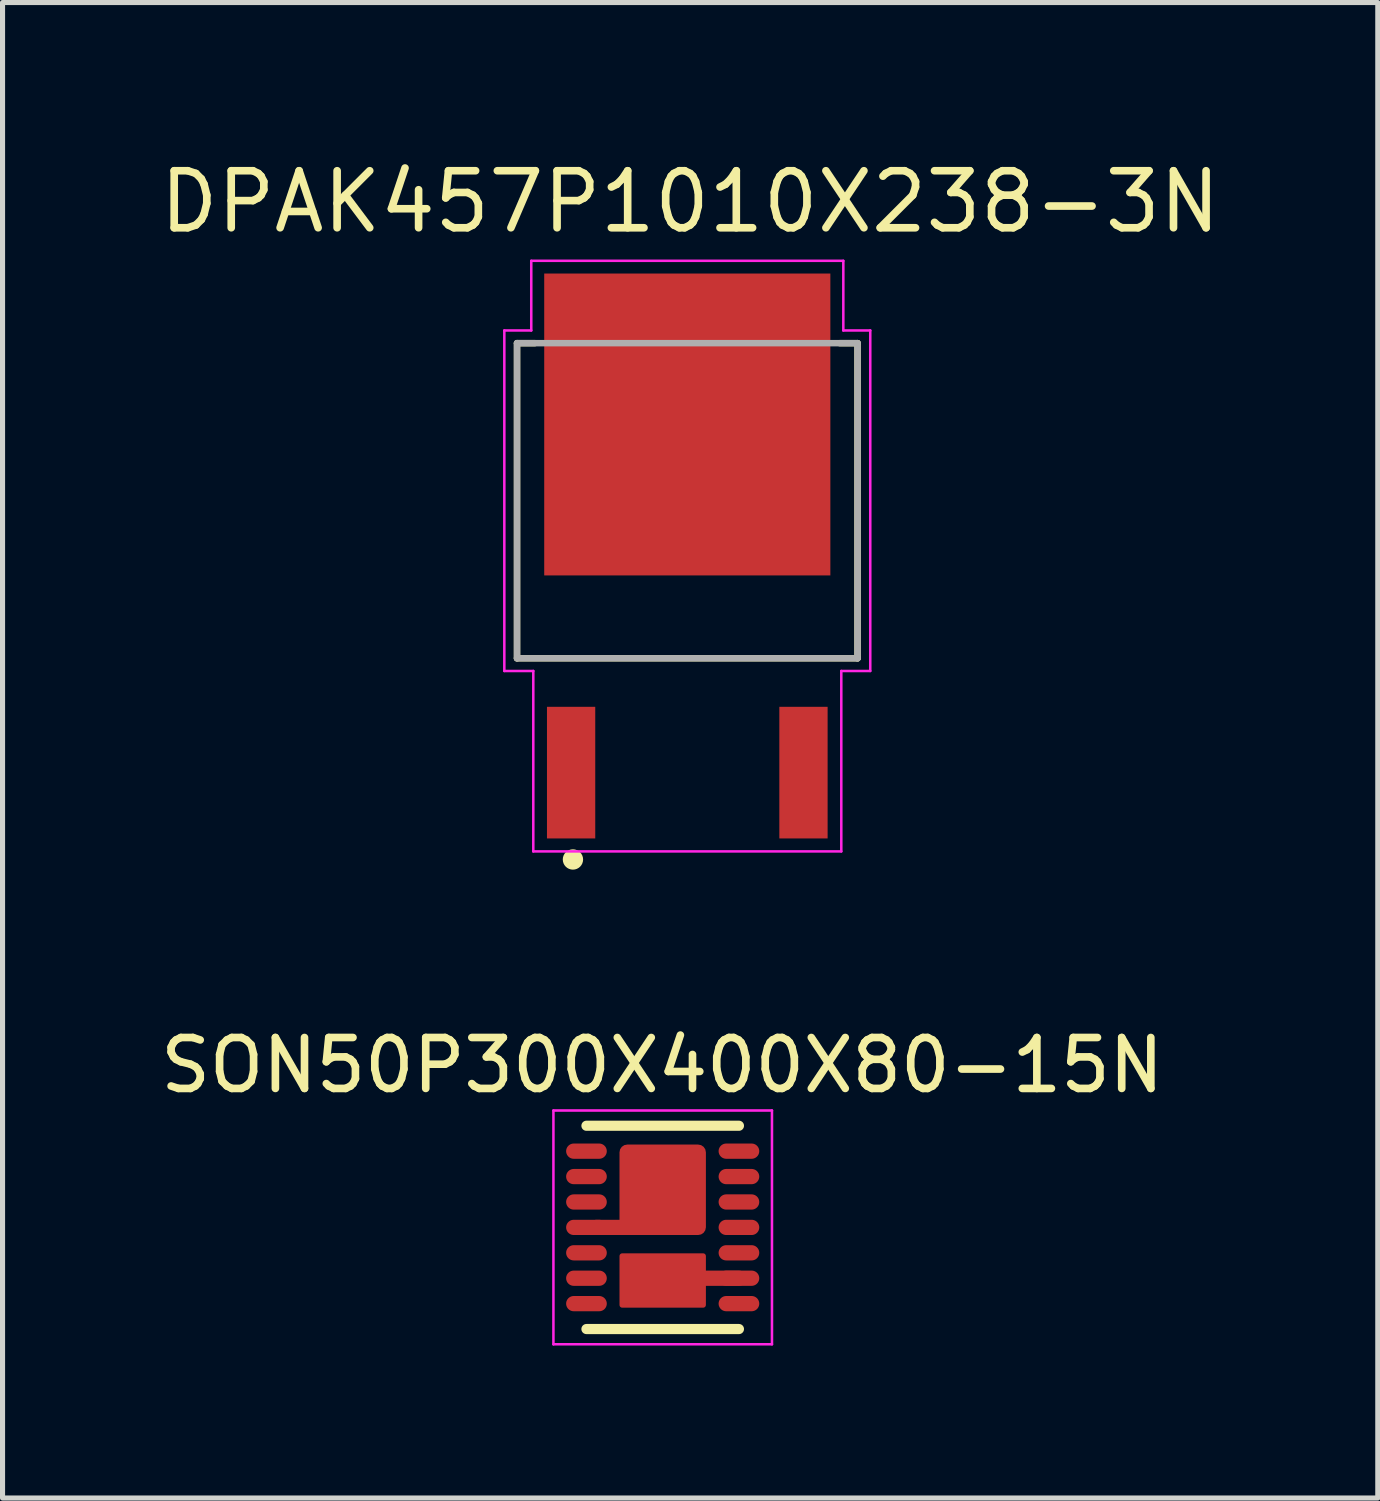
<source format=kicad_pcb>
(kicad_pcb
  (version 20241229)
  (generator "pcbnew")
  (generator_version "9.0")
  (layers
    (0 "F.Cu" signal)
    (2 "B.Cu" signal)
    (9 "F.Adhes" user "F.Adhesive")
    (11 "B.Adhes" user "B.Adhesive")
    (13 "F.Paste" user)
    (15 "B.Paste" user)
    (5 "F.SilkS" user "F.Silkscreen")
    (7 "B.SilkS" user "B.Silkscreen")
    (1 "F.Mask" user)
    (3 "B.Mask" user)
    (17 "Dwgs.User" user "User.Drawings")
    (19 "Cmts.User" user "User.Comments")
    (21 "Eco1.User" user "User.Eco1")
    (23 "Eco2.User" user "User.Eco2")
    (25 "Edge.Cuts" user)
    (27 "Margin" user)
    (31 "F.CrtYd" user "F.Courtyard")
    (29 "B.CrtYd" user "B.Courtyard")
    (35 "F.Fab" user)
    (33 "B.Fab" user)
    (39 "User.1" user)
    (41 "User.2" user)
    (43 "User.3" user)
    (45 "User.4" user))
  (footprint "DPAK457P1010X238-3N"
    (layer "F.Cu")
    (at 10.473 7.892)
    (property "Reference" "DPAK457P1010X238-3N" (at 0.056 -6.972 0) (layer "F.SilkS") (effects (font (size 1.122 1.122) (thickness 0.15))))
    (attr through_hole)
    (fp_line (start -3.35 -4.19) (end -3 -4.19) (stroke (width 0.127) (type solid)) (layer "F.SilkS"))
    (fp_line (start -3.35 2.01) (end -3.35 -4.19) (stroke (width 0.127) (type solid)) (layer "F.SilkS"))
    (fp_line (start 3 -4.19) (end 3.35 -4.19) (stroke (width 0.127) (type solid)) (layer "F.SilkS"))
    (fp_line (start 3.35 -4.19) (end 3.35 2.01) (stroke (width 0.127) (type solid)) (layer "F.SilkS"))
    (fp_line (start 3.35 2.01) (end -3.35 2.01) (stroke (width 0.127) (type solid)) (layer "F.SilkS"))
    (fp_circle (center -2.25 5.969) (end -2.15 5.969) (stroke (width 0.2) (type solid)) (fill no) (layer "F.SilkS"))
    (fp_line (start -3.6 -4.44) (end -3.07 -4.44) (stroke (width 0.05) (type solid)) (layer "F.CrtYd"))
    (fp_line (start -3.6 2.26) (end -3.6 -4.44) (stroke (width 0.05) (type solid)) (layer "F.CrtYd"))
    (fp_line (start -3.07 -5.81) (end 3.07 -5.81) (stroke (width 0.05) (type solid)) (layer "F.CrtYd"))
    (fp_line (start -3.07 -4.44) (end -3.07 -5.81) (stroke (width 0.05) (type solid)) (layer "F.CrtYd"))
    (fp_line (start -3.03 2.26) (end -3.6 2.26) (stroke (width 0.05) (type solid)) (layer "F.CrtYd"))
    (fp_line (start -3.03 5.81) (end -3.03 2.26) (stroke (width 0.05) (type solid)) (layer "F.CrtYd"))
    (fp_line (start 3.03 2.26) (end 3.03 5.81) (stroke (width 0.05) (type solid)) (layer "F.CrtYd"))
    (fp_line (start 3.03 5.81) (end -3.03 5.81) (stroke (width 0.05) (type solid)) (layer "F.CrtYd"))
    (fp_line (start 3.07 -5.81) (end 3.07 -4.44) (stroke (width 0.05) (type solid)) (layer "F.CrtYd"))
    (fp_line (start 3.07 -4.44) (end 3.6 -4.44) (stroke (width 0.05) (type solid)) (layer "F.CrtYd"))
    (fp_line (start 3.6 -4.44) (end 3.6 2.26) (stroke (width 0.05) (type solid)) (layer "F.CrtYd"))
    (fp_line (start 3.6 2.26) (end 3.03 2.26) (stroke (width 0.05) (type solid)) (layer "F.CrtYd"))
    (fp_line (start -3.35 -4.19) (end 3.35 -4.19) (stroke (width 0.127) (type solid)) (layer "F.Fab"))
    (fp_line (start -3.35 2.01) (end -3.35 -4.19) (stroke (width 0.127) (type solid)) (layer "F.Fab"))
    (fp_line (start 3.35 -4.19) (end 3.35 2.01) (stroke (width 0.127) (type solid)) (layer "F.Fab"))
    (fp_line (start 3.35 2.01) (end -3.35 2.01) (stroke (width 0.127) (type solid)) (layer "F.Fab"))
    (pad "1" smd rect (at -2.286 4.26) (size 0.95 2.59) (layers "F.Cu" "F.Mask" "F.Paste"))
    (pad "2" smd rect (at 0 -2.59) (size 5.63 5.94) (layers "F.Cu" "F.Mask" "F.Paste"))
    (pad "3" smd rect (at 2.286 4.26) (size 0.95 2.59) (layers "F.Cu" "F.Mask" "F.Paste")))
  (footprint "SON50P300X400X80-15N"
    (layer "F.Cu")
    (at 9.989 21.1)
    (property "Reference" "SON50P300X400X80-15N" (at -0.01 -3.19 0) (layer "F.SilkS") (effects (font (size 1.002 1.002) (thickness 0.15))))
    (attr through_hole)
    (fp_line (start -0.3 0) (end -1.3 0) (stroke (width 0.3) (type solid)) (layer "F.Cu"))
    (fp_line (start 1.5 1) (end 0.5 1) (stroke (width 0.3) (type solid)) (layer "F.Cu"))
    (fp_line (start -1.3 0) (end -0.6 0) (stroke (width 0.3) (type solid)) (layer "F.Mask"))
    (fp_line (start 1.4 1) (end 0.7 1) (stroke (width 0.3) (type solid)) (layer "F.Mask"))
    (fp_line (start -1.5 -2) (end 1.5 -2) (stroke (width 0.2) (type solid)) (layer "F.SilkS"))
    (fp_line (start -1.5 2) (end 1.5 2) (stroke (width 0.2) (type solid)) (layer "F.SilkS"))
    (fp_line (start -0.6 0) (end -1.2 0) (stroke (width 0.3) (type solid)) (layer "F.Paste"))
    (fp_line (start 1.3 1) (end 0.7 1) (stroke (width 0.3) (type solid)) (layer "F.Paste"))
    (fp_line (start -2.15 -2.3) (end 2.15 -2.3) (stroke (width 0.05) (type solid)) (layer "F.CrtYd"))
    (fp_line (start -2.15 2.3) (end -2.15 -2.3) (stroke (width 0.05) (type solid)) (layer "F.CrtYd"))
    (fp_line (start 2.15 -2.3) (end 2.15 2.3) (stroke (width 0.05) (type solid)) (layer "F.CrtYd"))
    (fp_line (start 2.15 2.3) (end -2.15 2.3) (stroke (width 0.05) (type solid)) (layer "F.CrtYd"))
    (pad "1" smd oval (at -1.5 -1.5) (size 0.8 0.3) (layers "F.Cu" "F.Mask" "F.Paste"))
    (pad "2" smd oval (at -1.5 -1) (size 0.8 0.3) (layers "F.Cu" "F.Mask" "F.Paste"))
    (pad "3" smd oval (at -1.5 -0.5) (size 0.8 0.3) (layers "F.Cu" "F.Mask" "F.Paste"))
    (pad "4" smd oval (at -1.5 0) (size 0.8 0.3) (layers "F.Cu" "F.Mask" "F.Paste"))
    (pad "5" smd oval (at -1.5 0.5) (size 0.8 0.3) (layers "F.Cu" "F.Mask" "F.Paste"))
    (pad "6" smd oval (at -1.5 1) (size 0.8 0.3) (layers "F.Cu" "F.Mask" "F.Paste"))
    (pad "7" smd oval (at -1.5 1.5) (size 0.8 0.3) (layers "F.Cu" "F.Mask" "F.Paste"))
    (pad "8" smd oval (at 1.5 1.5 180) (size 0.8 0.3) (layers "F.Cu" "F.Mask" "F.Paste"))
    (pad "9" smd oval (at 1.5 1 180) (size 0.8 0.3) (layers "F.Cu" "F.Mask" "F.Paste"))
    (pad "10" smd oval (at 1.5 0.5 180) (size 0.8 0.3) (layers "F.Cu" "F.Mask" "F.Paste"))
    (pad "11" smd oval (at 1.5 0 180) (size 0.8 0.3) (layers "F.Cu" "F.Mask" "F.Paste"))
    (pad "12" smd oval (at 1.5 -0.5 180) (size 0.8 0.3) (layers "F.Cu" "F.Mask" "F.Paste"))
    (pad "13" smd oval (at 1.5 -1 180) (size 0.8 0.3) (layers "F.Cu" "F.Mask" "F.Paste"))
    (pad "14" smd oval (at 1.5 -1.5 180) (size 0.8 0.3) (layers "F.Cu" "F.Mask" "F.Paste"))
    (pad "15" smd roundrect (at 0 -0.74) (size 1.7 1.78) (layers "F.Cu" "F.Mask" "F.Paste") (roundrect_rratio 0.09))
    (pad "16" smd roundrect (at 0 1.045) (size 1.7 1.07) (layers "F.Cu" "F.Mask" "F.Paste") (roundrect_rratio 0.05)))
  (gr_rect
    (start -3 -3)
    (end 24.059 26.425)
    (stroke (width 0.1) (type default))
    (fill no)
    (layer "Edge.Cuts")))
</source>
